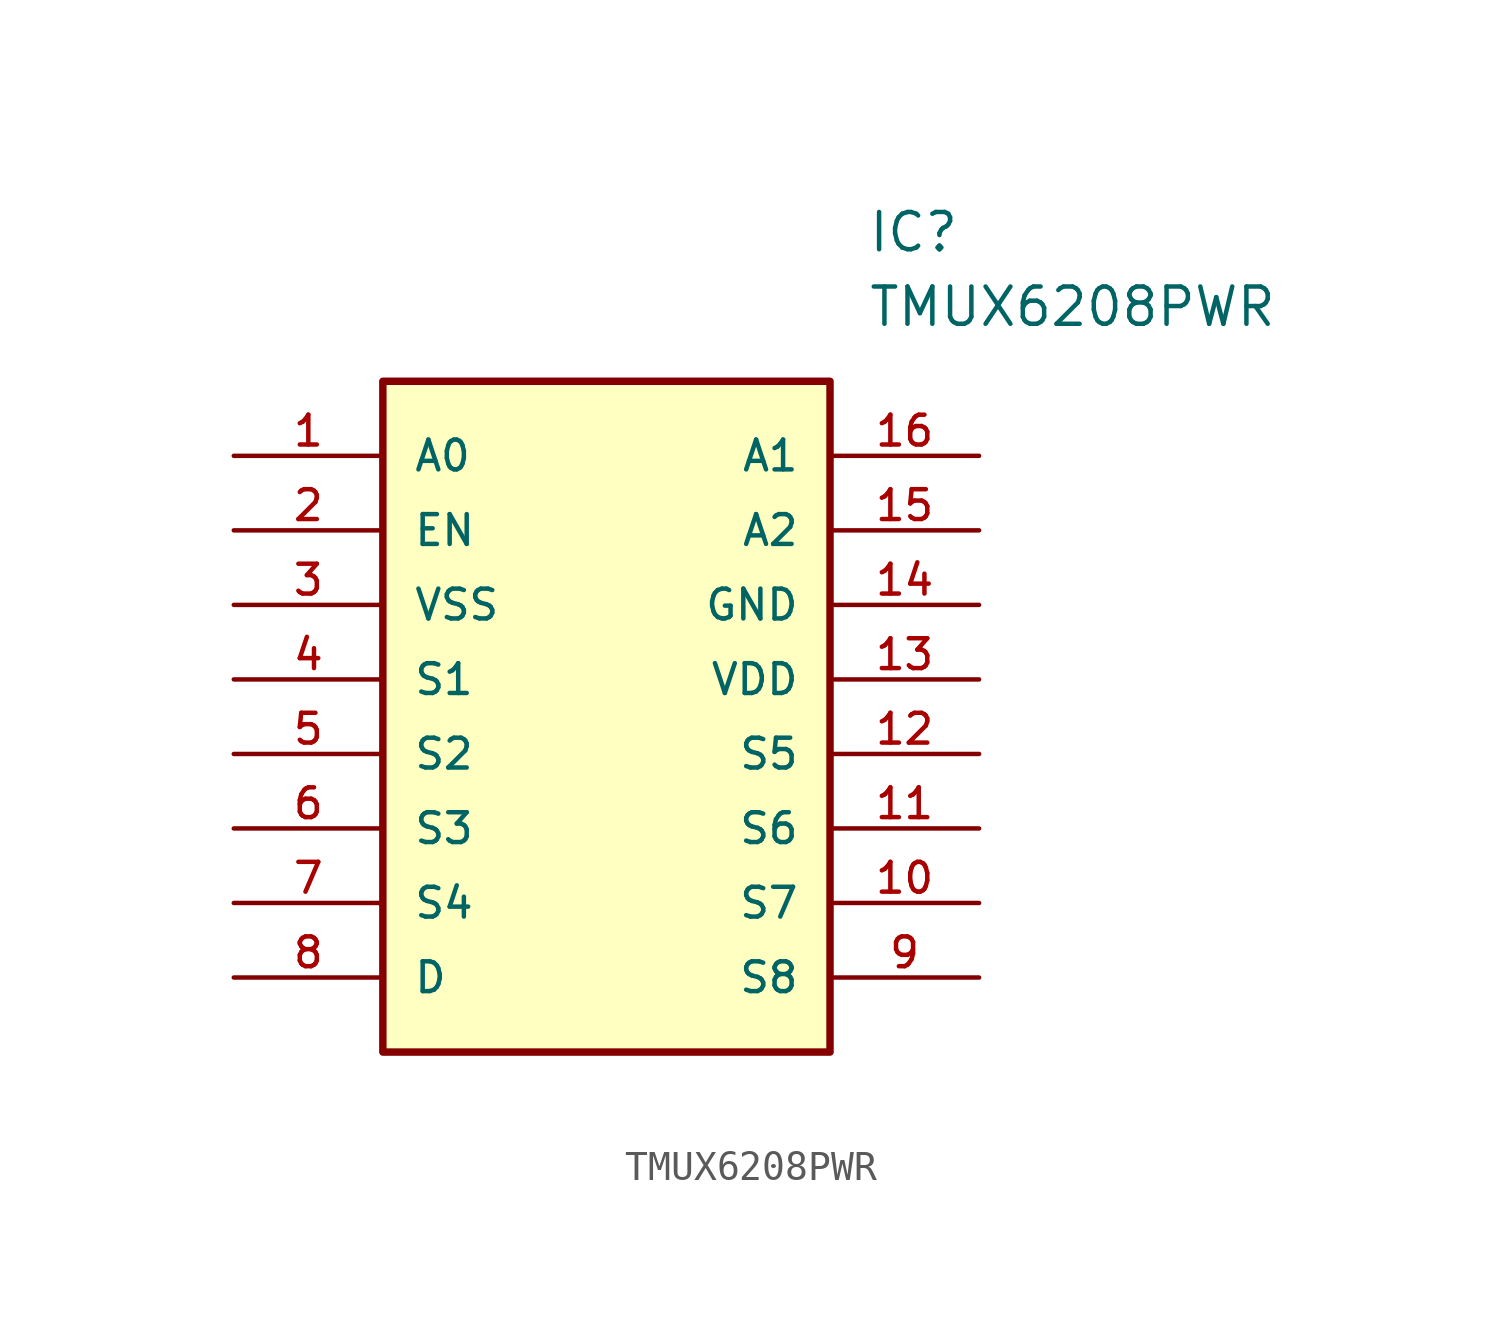
<source format=kicad_sym>
(kicad_symbol_lib
  (version 20211014)
  (generator kicad_symbol_editor)
  (symbol "TMUX6208PWR"
    (pin_names
      (offset 1.016))
    (property "Reference" "IC"
      (at 21.59 7.62 0)
      (effects (font (size 1.27 1.27)) (justify left)))
    (property "Value" "TMUX6208PWR"
      (at 21.59 5.08 0)
      (effects (font (size 1.27 1.27)) (justify left)))
    (symbol "TMUX6208PWR_0_0"
      (rectangle (start 5.08 -20.32) (end 20.32 2.54) (stroke (width 0.254)) (fill (type background)))
      (pin bidirectional line (at 0.0 0.0 0) (length 5.08) (name "A0" (effects (font (size 1.016 1.016)))) (number "1" (effects (font (size 1.016 1.016)))))
      (pin bidirectional line (at 0.0 -2.54 0) (length 5.08) (name "EN" (effects (font (size 1.016 1.016)))) (number "2" (effects (font (size 1.016 1.016)))))
      (pin bidirectional line (at 0.0 -5.08 0) (length 5.08) (name "VSS" (effects (font (size 1.016 1.016)))) (number "3" (effects (font (size 1.016 1.016)))))
      (pin bidirectional line (at 0.0 -7.62 0) (length 5.08) (name "S1" (effects (font (size 1.016 1.016)))) (number "4" (effects (font (size 1.016 1.016)))))
      (pin bidirectional line (at 0.0 -10.16 0) (length 5.08) (name "S2" (effects (font (size 1.016 1.016)))) (number "5" (effects (font (size 1.016 1.016)))))
      (pin bidirectional line (at 0.0 -12.7 0) (length 5.08) (name "S3" (effects (font (size 1.016 1.016)))) (number "6" (effects (font (size 1.016 1.016)))))
      (pin bidirectional line (at 0.0 -15.24 0) (length 5.08) (name "S4" (effects (font (size 1.016 1.016)))) (number "7" (effects (font (size 1.016 1.016)))))
      (pin bidirectional line (at 0.0 -17.78 0) (length 5.08) (name "D" (effects (font (size 1.016 1.016)))) (number "8" (effects (font (size 1.016 1.016)))))
      (pin bidirectional line (at 25.4 0.0 180.0) (length 5.08) (name "A1" (effects (font (size 1.016 1.016)))) (number "16" (effects (font (size 1.016 1.016)))))
      (pin bidirectional line (at 25.4 -2.54 180.0) (length 5.08) (name "A2" (effects (font (size 1.016 1.016)))) (number "15" (effects (font (size 1.016 1.016)))))
      (pin bidirectional line (at 25.4 -5.08 180.0) (length 5.08) (name "GND" (effects (font (size 1.016 1.016)))) (number "14" (effects (font (size 1.016 1.016)))))
      (pin bidirectional line (at 25.4 -7.62 180.0) (length 5.08) (name "VDD" (effects (font (size 1.016 1.016)))) (number "13" (effects (font (size 1.016 1.016)))))
      (pin bidirectional line (at 25.4 -10.16 180.0) (length 5.08) (name "S5" (effects (font (size 1.016 1.016)))) (number "12" (effects (font (size 1.016 1.016)))))
      (pin bidirectional line (at 25.4 -12.7 180.0) (length 5.08) (name "S6" (effects (font (size 1.016 1.016)))) (number "11" (effects (font (size 1.016 1.016)))))
      (pin bidirectional line (at 25.4 -15.24 180.0) (length 5.08) (name "S7" (effects (font (size 1.016 1.016)))) (number "10" (effects (font (size 1.016 1.016)))))
      (pin bidirectional line (at 25.4 -17.78 180.0) (length 5.08) (name "S8" (effects (font (size 1.016 1.016)))) (number "9" (effects (font (size 1.016 1.016))))))))
</source>
